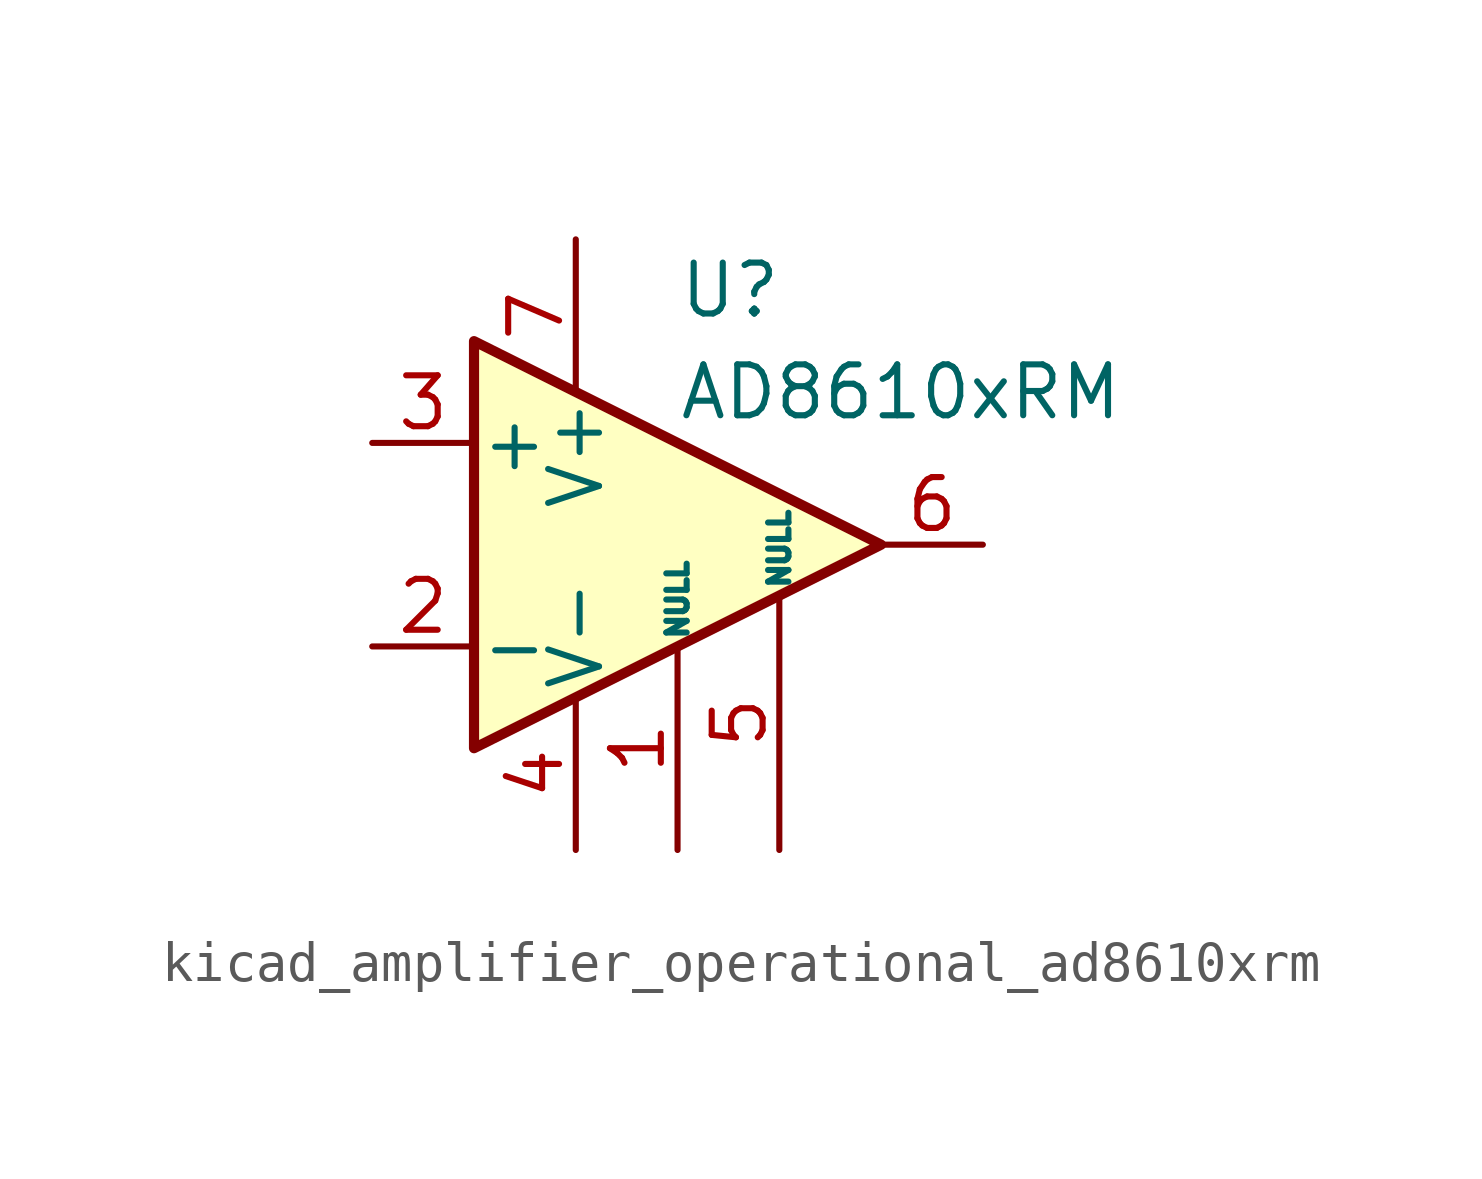
<source format=kicad_sym>
(kicad_symbol_lib
  (version 20220914)
  (generator kicad_symbol_editor)
  (symbol "kicad_amplifier_operational_ad8610xrm"
    (pin_names
      (offset 0.127))
    (property "Reference" "U"
      (at 0 6.35 0)
      (effects (font (size 1.27 1.27)) (justify left)))
    (property "Value" "AD8610xRM"
      (at 0 3.81 0)
      (effects (font (size 1.27 1.27)) (justify left)))
    (symbol "kicad_amplifier_operational_ad8610xrm_0_1"
      (polyline (pts (xy -5.08 5.08) (xy 5.08 0) (xy -5.08 -5.08) (xy -5.08 5.08)) (stroke (width 0.254) (type default)) (fill (type background))))
    (symbol "kicad_amplifier_operational_ad8610xrm_1_1"
      (pin input line (at 0 -7.62 90) (length 5.08) (name "NULL" (effects (font (size 0.508 0.508)))) (number "1" (effects (font (size 1.27 1.27)))))
      (pin input line (at -7.62 -2.54 0) (length 2.54) (name "-" (effects (font (size 1.27 1.27)))) (number "2" (effects (font (size 1.27 1.27)))))
      (pin input line (at -7.62 2.54 0) (length 2.54) (name "+" (effects (font (size 1.27 1.27)))) (number "3" (effects (font (size 1.27 1.27)))))
      (pin power_in line (at -2.54 -7.62 90) (length 3.81) (name "V-" (effects (font (size 1.27 1.27)))) (number "4" (effects (font (size 1.27 1.27)))))
      (pin input line (at 2.54 -7.62 90) (length 6.35) (name "NULL" (effects (font (size 0.508 0.508)))) (number "5" (effects (font (size 1.27 1.27)))))
      (pin output line (at 7.62 0 180) (length 2.54) (name "~" (effects (font (size 1.27 1.27)))) (number "6" (effects (font (size 1.27 1.27)))))
      (pin power_in line (at -2.54 7.62 270) (length 3.81) (name "V+" (effects (font (size 1.27 1.27)))) (number "7" (effects (font (size 1.27 1.27)))))
      (pin no_connect line (at 0 2.54 270) (length 2.54) hide (name "NC" (effects (font (size 1.27 1.27)))) (number "8" (effects (font (size 1.27 1.27))))))))
</source>
